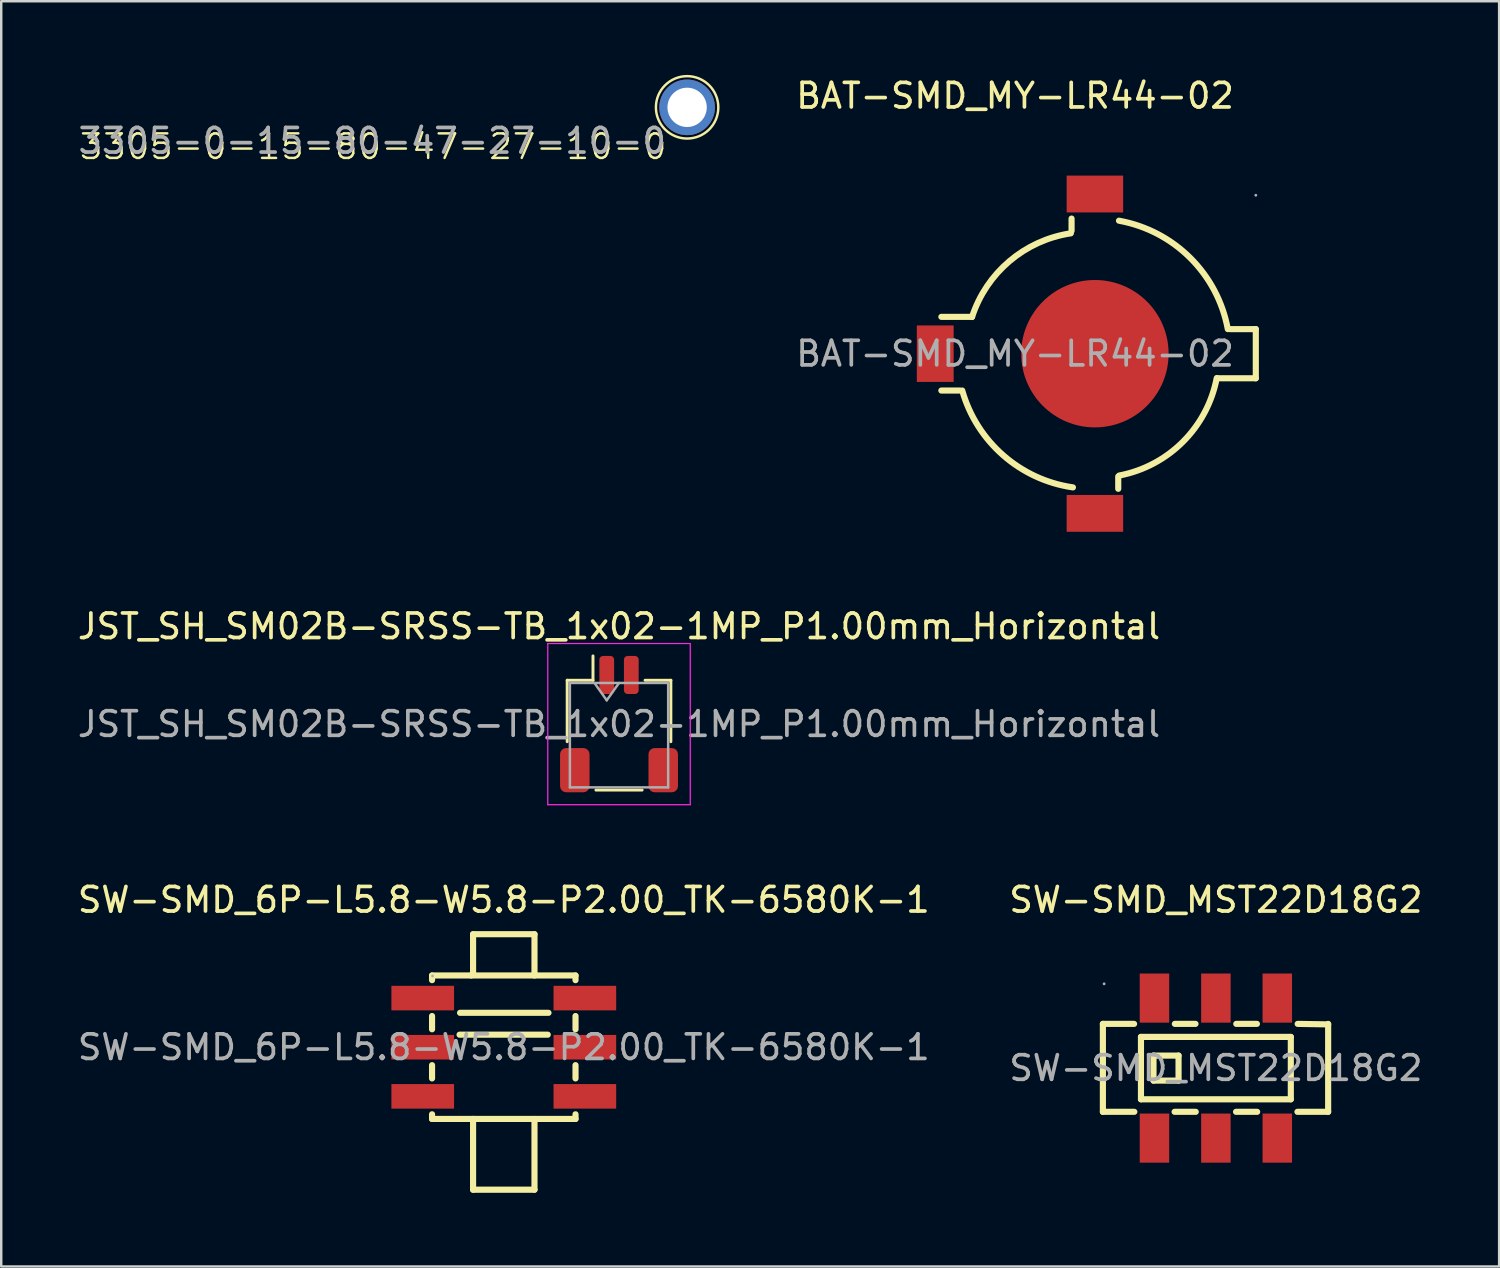
<source format=kicad_pcb>
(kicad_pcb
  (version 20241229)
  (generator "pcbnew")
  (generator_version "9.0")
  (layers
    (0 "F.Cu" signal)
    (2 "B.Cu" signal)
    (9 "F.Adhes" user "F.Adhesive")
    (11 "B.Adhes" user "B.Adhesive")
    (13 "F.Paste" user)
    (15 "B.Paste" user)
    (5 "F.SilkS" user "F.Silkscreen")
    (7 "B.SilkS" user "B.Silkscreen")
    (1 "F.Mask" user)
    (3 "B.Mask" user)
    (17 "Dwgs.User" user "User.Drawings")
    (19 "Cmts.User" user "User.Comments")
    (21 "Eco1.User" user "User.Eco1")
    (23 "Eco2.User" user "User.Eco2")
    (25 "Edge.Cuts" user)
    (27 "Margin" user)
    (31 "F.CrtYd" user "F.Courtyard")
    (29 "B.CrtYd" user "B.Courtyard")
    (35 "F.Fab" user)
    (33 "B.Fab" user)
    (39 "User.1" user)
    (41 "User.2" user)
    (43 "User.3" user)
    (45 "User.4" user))
  (footprint "BAT-SMD_MY-LR44-02"
    (layer "F.Cu")
    (at 41.571 11.398)
    (property "Reference" "BAT-SMD_MY-LR44-02" (at -3.3 -10.55 0) (layer "F.SilkS") (effects (font (size 1 1) (thickness 0.15))))
    (attr smd)
    (fp_line (start -6.3 -1.55) (end -5.05 -1.55) (stroke (width 0.25) (type solid)) (layer "F.SilkS"))
    (fp_line (start -6.3 1.45) (end -5.55 1.45) (stroke (width 0.25) (type solid)) (layer "F.SilkS"))
    (fp_line (start -1 -5.55) (end -1 -5.05) (stroke (width 0.25) (type solid)) (layer "F.SilkS"))
    (fp_line (start 0.9 4.95) (end 0.9 5.45) (stroke (width 0.25) (type solid)) (layer "F.SilkS"))
    (fp_line (start 5.45 -1.05) (end 6.5 -1.05) (stroke (width 0.25) (type solid)) (layer "F.SilkS"))
    (fp_line (start 6.5 -1.05) (end 6.5 0.95) (stroke (width 0.25) (type solid)) (layer "F.SilkS"))
    (fp_line (start 6.5 0.95) (end 4.95 0.95) (stroke (width 0.25) (type solid)) (layer "F.SilkS"))
    (fp_arc (start -5.05119 -1.543104) (mid -3.525353 -3.818716) (end -1.03 -4.95) (stroke (width 0.25) (type solid)) (layer "F.SilkS"))
    (fp_arc (start -0.944168 5.392351) (mid -3.780692 4.088199) (end -5.45 1.45) (stroke (width 0.25) (type solid)) (layer "F.SilkS"))
    (fp_arc (start 0.930634 -5.463544) (mid 3.833284 -3.947205) (end 5.36 -1.05) (stroke (width 0.25) (type solid)) (layer "F.SilkS"))
    (fp_arc (start 4.909767 0.941215) (mid 3.534509 3.535384) (end 0.94 4.91) (stroke (width 0.25) (type solid)) (layer "F.SilkS"))
    (fp_circle (center 6.5 -6.5) (end 6.53 -6.5) (stroke (width 0.06) (type solid)) (fill no) (layer "F.Fab"))
    (fp_text user "${REFERENCE}" (at -3.3 -0.05 0) (layer "F.Fab") (effects (font (size 1 1) (thickness 0.15))))
    (pad "1" smd rect (at -6.55 -0.05) (size 1.5 2.3) (layers "F.Cu" "F.Mask" "F.Paste"))
    (pad "1" smd rect (at -0.05 -6.55) (size 2.3 1.5) (layers "F.Cu" "F.Mask" "F.Paste"))
    (pad "1" smd rect (at -0.05 6.45) (size 2.3 1.5) (layers "F.Cu" "F.Mask" "F.Paste"))
    (pad "2" smd circle (at -0.05 -0.05) (size 6 6) (layers "F.Cu" "F.Mask" "F.Paste")))
  (footprint "SW-SMD_MST22D18G2"
    (layer "F.Cu")
    (at 46.446 40.43)
    (property "Reference" "SW-SMD_MST22D18G2" (at 0 -6.85 0) (layer "F.SilkS") (effects (font (size 1 1) (thickness 0.15))))
    (attr smd)
    (fp_line (start -4.6 -1.8) (end -4.6 1.78) (stroke (width 0.25) (type solid)) (layer "F.SilkS"))
    (fp_line (start -4.6 -1.8) (end -3.33 -1.8) (stroke (width 0.25) (type solid)) (layer "F.SilkS"))
    (fp_line (start -3.32 1.78) (end -4.6 1.78) (stroke (width 0.25) (type solid)) (layer "F.SilkS"))
    (fp_line (start -3.05 -1.27) (end 3.05 -1.27) (stroke (width 0.25) (type solid)) (layer "F.SilkS"))
    (fp_line (start -3.05 1.27) (end -3.05 -1.27) (stroke (width 0.25) (type solid)) (layer "F.SilkS"))
    (fp_line (start -2.54 -0.51) (end -1.52 -0.51) (stroke (width 0.25) (type solid)) (layer "F.SilkS"))
    (fp_line (start -2.54 0.51) (end -2.54 -0.51) (stroke (width 0.25) (type solid)) (layer "F.SilkS"))
    (fp_line (start -1.67 -1.8) (end -0.83 -1.8) (stroke (width 0.25) (type solid)) (layer "F.SilkS"))
    (fp_line (start -1.52 -0.51) (end -1.52 0.51) (stroke (width 0.25) (type solid)) (layer "F.SilkS"))
    (fp_line (start -1.52 0.51) (end -2.54 0.51) (stroke (width 0.25) (type solid)) (layer "F.SilkS"))
    (fp_line (start -0.82 1.78) (end -1.68 1.78) (stroke (width 0.25) (type solid)) (layer "F.SilkS"))
    (fp_line (start 0.83 -1.8) (end 1.67 -1.8) (stroke (width 0.25) (type solid)) (layer "F.SilkS"))
    (fp_line (start 1.68 1.78) (end 0.82 1.78) (stroke (width 0.25) (type solid)) (layer "F.SilkS"))
    (fp_line (start 3.05 -1.27) (end 3.05 1.27) (stroke (width 0.25) (type solid)) (layer "F.SilkS"))
    (fp_line (start 3.05 1.27) (end -3.05 1.27) (stroke (width 0.25) (type solid)) (layer "F.SilkS"))
    (fp_line (start 3.33 -1.8) (end 4.57 -1.78) (stroke (width 0.25) (type solid)) (layer "F.SilkS"))
    (fp_line (start 4.57 1.78) (end 3.32 1.78) (stroke (width 0.25) (type solid)) (layer "F.SilkS"))
    (fp_line (start 4.57 1.78) (end 4.57 -1.8) (stroke (width 0.25) (type solid)) (layer "F.SilkS"))
    (fp_circle (center -4.55 -3.43) (end -4.52 -3.43) (stroke (width 0.06) (type solid)) (fill no) (layer "F.Fab"))
    (fp_text user "${REFERENCE}" (at 0 0 0) (layer "F.Fab") (effects (font (size 1 1) (thickness 0.15))))
    (pad "1" smd rect (at -2.5 -2.85 180) (size 1.2 2) (layers "F.Cu" "F.Mask" "F.Paste"))
    (pad "2" smd rect (at 0 -2.85 180) (size 1.2 2) (layers "F.Cu" "F.Mask" "F.Paste"))
    (pad "3" smd rect (at 2.5 -2.85 180) (size 1.2 2) (layers "F.Cu" "F.Mask" "F.Paste"))
    (pad "4" smd rect (at -2.5 2.85 180) (size 1.2 2) (layers "F.Cu" "F.Mask" "F.Paste"))
    (pad "5" smd rect (at 0 2.85 180) (size 1.2 2) (layers "F.Cu" "F.Mask" "F.Paste"))
    (pad "6" smd rect (at 2.5 2.85 180) (size 1.2 2) (layers "F.Cu" "F.Mask" "F.Paste")))
  (footprint "3305-0-15-80-47-27-10-0"
    (layer "F.Cu")
    (at 24.921 1.32)
    (property "Reference" "3305-0-15-80-47-27-10-0" (at -0.762 1.016 0) (unlocked yes) (layer "F.SilkS") (effects (font (size 1 1) (thickness 0.1)) (justify right top)))
    (attr through_hole allow_missing_courtyard)
    (fp_circle (center 0 0) (end 1.27 0) (stroke (width 0.1) (type default)) (fill no) (layer "F.SilkS"))
    (fp_text user "${REFERENCE}" (at -0.767 0.779 0) (unlocked yes) (layer "F.Fab") (effects (font (size 1 1) (thickness 0.15)) (justify right top)))
    (pad "1" thru_hole circle (at 0 0) (size 2.262 2.262) (drill 1.6) (layers "*.Cu" "*.Mask")))
  (footprint "JST_SH_SM02B-SRSS-TB_1x02-1MP_P1.00mm_Horizontal"
    (layer "F.Cu")
    (at 22.149 26.427)
    (property "Reference" "JST_SH_SM02B-SRSS-TB_1x02-1MP_P1.00mm_Horizontal" (at 0 -3.98 0) (layer "F.SilkS") (effects (font (size 1 1) (thickness 0.15))))
    (attr smd)
    (fp_line (start -2.11 -1.785) (end -1.06 -1.785) (stroke (width 0.12) (type solid)) (layer "F.SilkS"))
    (fp_line (start -2.11 0.715) (end -2.11 -1.785) (stroke (width 0.12) (type solid)) (layer "F.SilkS"))
    (fp_line (start -1.06 -1.785) (end -1.06 -2.775) (stroke (width 0.12) (type solid)) (layer "F.SilkS"))
    (fp_line (start -0.94 2.685) (end 0.94 2.685) (stroke (width 0.12) (type solid)) (layer "F.SilkS"))
    (fp_line (start 2.11 -1.785) (end 1.06 -1.785) (stroke (width 0.12) (type solid)) (layer "F.SilkS"))
    (fp_line (start 2.11 0.715) (end 2.11 -1.785) (stroke (width 0.12) (type solid)) (layer "F.SilkS"))
    (fp_line (start -2.9 -3.28) (end -2.9 3.28) (stroke (width 0.05) (type solid)) (layer "F.CrtYd"))
    (fp_line (start -2.9 3.28) (end 2.9 3.28) (stroke (width 0.05) (type solid)) (layer "F.CrtYd"))
    (fp_line (start 2.9 -3.28) (end -2.9 -3.28) (stroke (width 0.05) (type solid)) (layer "F.CrtYd"))
    (fp_line (start 2.9 3.28) (end 2.9 -3.28) (stroke (width 0.05) (type solid)) (layer "F.CrtYd"))
    (fp_line (start -2 -1.675) (end -2 2.575) (stroke (width 0.1) (type solid)) (layer "F.Fab"))
    (fp_line (start -2 -1.675) (end 2 -1.675) (stroke (width 0.1) (type solid)) (layer "F.Fab"))
    (fp_line (start -2 2.575) (end 2 2.575) (stroke (width 0.1) (type solid)) (layer "F.Fab"))
    (fp_line (start -1 -1.675) (end -0.5 -0.968) (stroke (width 0.1) (type solid)) (layer "F.Fab"))
    (fp_line (start -0.5 -0.968) (end 0 -1.675) (stroke (width 0.1) (type solid)) (layer "F.Fab"))
    (fp_line (start 2 -1.675) (end 2 2.575) (stroke (width 0.1) (type solid)) (layer "F.Fab"))
    (fp_text user "${REFERENCE}" (at 0 0 0) (layer "F.Fab") (effects (font (size 1 1) (thickness 0.15))))
    (pad "1" smd roundrect (at -0.5 -2) (size 0.6 1.55) (layers "F.Cu" "F.Mask" "F.Paste") (roundrect_rratio 0.25))
    (pad "2" smd roundrect (at 0.5 -2) (size 0.6 1.55) (layers "F.Cu" "F.Mask" "F.Paste") (roundrect_rratio 0.25))
    (pad "MP" smd roundrect (at -1.8 1.875) (size 1.2 1.8) (layers "F.Cu" "F.Mask" "F.Paste") (roundrect_rratio 0.208))
    (pad "MP" smd roundrect (at 1.8 1.875) (size 1.2 1.8) (layers "F.Cu" "F.Mask" "F.Paste") (roundrect_rratio 0.208)))
  (footprint "SW-SMD_6P-L5.8-W5.8-P2.00_TK-6580K-1"
    (layer "F.Cu")
    (at 17.458 39.58)
    (property "Reference" "SW-SMD_6P-L5.8-W5.8-P2.00_TK-6580K-1" (at 0 -6 0) (layer "F.SilkS") (effects (font (size 1 1) (thickness 0.15))))
    (attr through_hole)
    (fp_line (start -2.92 -2.92) (end 2.92 -2.92) (stroke (width 0.25) (type solid)) (layer "F.SilkS"))
    (fp_line (start -2.92 -2.73) (end -2.92 -2.92) (stroke (width 0.25) (type solid)) (layer "F.SilkS"))
    (fp_line (start -2.92 -0.73) (end -2.92 -1.27) (stroke (width 0.25) (type solid)) (layer "F.SilkS"))
    (fp_line (start -2.92 1.27) (end -2.92 0.73) (stroke (width 0.25) (type solid)) (layer "F.SilkS"))
    (fp_line (start -2.92 2.92) (end -2.92 2.73) (stroke (width 0.25) (type solid)) (layer "F.SilkS"))
    (fp_line (start -1.8 -0.51) (end 1.79 -0.51) (stroke (width 0.25) (type solid)) (layer "F.SilkS"))
    (fp_line (start -1.78 -1.4) (end 1.82 -1.4) (stroke (width 0.25) (type solid)) (layer "F.SilkS"))
    (fp_line (start -1.25 -4.6) (end -1.25 -3) (stroke (width 0.25) (type solid)) (layer "F.SilkS"))
    (fp_line (start -1.25 -4.6) (end 1.25 -4.6) (stroke (width 0.25) (type solid)) (layer "F.SilkS"))
    (fp_line (start -1.25 -3) (end -1.33 -2.92) (stroke (width 0.25) (type solid)) (layer "F.SilkS"))
    (fp_line (start -1.25 2.92) (end -2.92 2.92) (stroke (width 0.25) (type solid)) (layer "F.SilkS"))
    (fp_line (start -1.25 2.92) (end 2.92 2.92) (stroke (width 0.25) (type solid)) (layer "F.SilkS"))
    (fp_line (start -1.25 5.8) (end -1.25 2.92) (stroke (width 0.25) (type solid)) (layer "F.SilkS"))
    (fp_line (start -1.25 5.8) (end 1.25 5.8) (stroke (width 0.25) (type solid)) (layer "F.SilkS"))
    (fp_line (start 1.25 -4.6) (end 1.25 -2.92) (stroke (width 0.25) (type solid)) (layer "F.SilkS"))
    (fp_line (start 1.25 5.8) (end 1.25 2.92) (stroke (width 0.25) (type solid)) (layer "F.SilkS"))
    (fp_line (start 2.92 -2.92) (end 2.92 -2.73) (stroke (width 0.25) (type solid)) (layer "F.SilkS"))
    (fp_line (start 2.92 -1.27) (end 2.92 -0.73) (stroke (width 0.25) (type solid)) (layer "F.SilkS"))
    (fp_line (start 2.92 0.73) (end 2.92 1.27) (stroke (width 0.25) (type solid)) (layer "F.SilkS"))
    (fp_line (start 2.92 2.73) (end 2.92 2.92) (stroke (width 0.25) (type solid)) (layer "F.SilkS"))
    (fp_circle (center -2.9 -2.9) (end -2.87 -2.9) (stroke (width 0.06) (type solid)) (fill no) (layer "F.Fab"))
    (fp_text user "${REFERENCE}" (at 0 0 0) (layer "F.Fab") (effects (font (size 1 1) (thickness 0.15))))
    (pad "1" smd rect (at -3.3 -2) (size 2.55 1) (layers "F.Cu" "F.Mask" "F.Paste"))
    (pad "2" smd rect (at -3.3 0) (size 2.55 1) (layers "F.Cu" "F.Mask" "F.Paste"))
    (pad "3" smd rect (at -3.3 2) (size 2.55 1) (layers "F.Cu" "F.Mask" "F.Paste"))
    (pad "4" smd rect (at 3.3 -2) (size 2.55 1) (layers "F.Cu" "F.Mask" "F.Paste"))
    (pad "5" smd rect (at 3.3 0) (size 2.55 1) (layers "F.Cu" "F.Mask" "F.Paste"))
    (pad "6" smd rect (at 3.3 2) (size 2.55 1) (layers "F.Cu" "F.Mask" "F.Paste")))
  (gr_rect
    (start -3 -3)
    (end 57.976 48.505)
    (stroke (width 0.1) (type default))
    (fill no)
    (layer "Edge.Cuts")))
</source>
